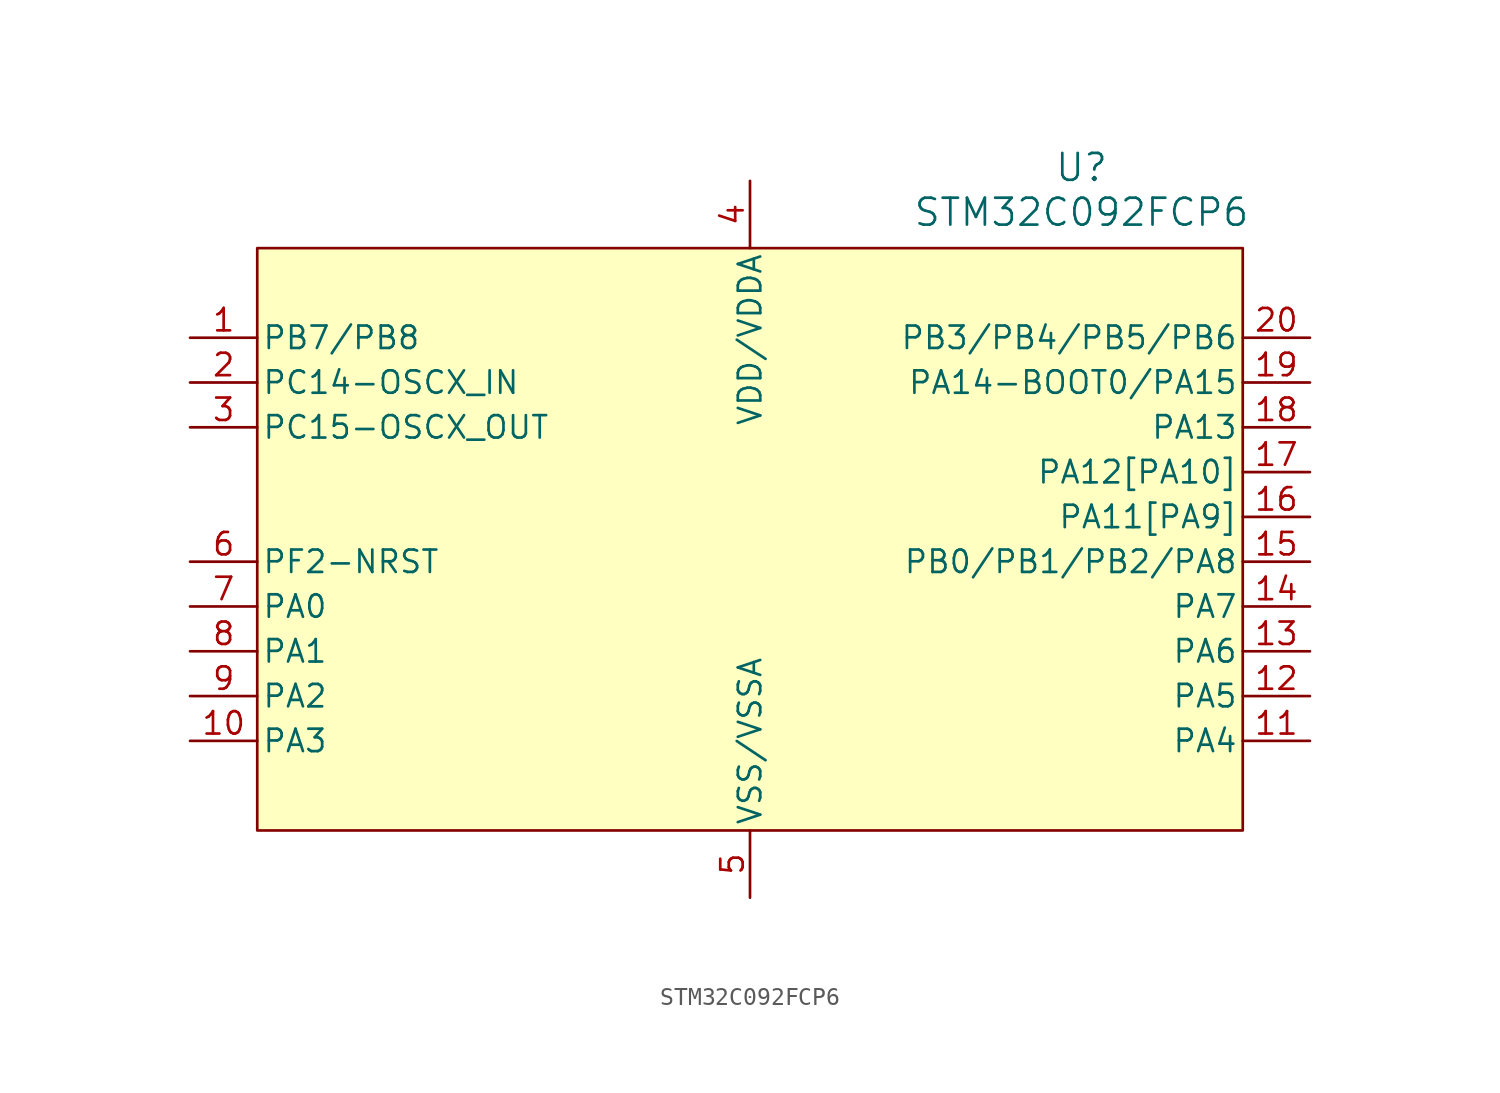
<source format=kicad_sym>
(kicad_symbol_lib
  (version 20241209)
  (generator "kicad_symbol_editor")
  (generator_version "9.0")
  (symbol "STM32C092FCP6"
    (pin_names
      (offset 0.254))
    (property "Reference" "U"
      (at 50.546 9.652 0)
      (effects (font (size 1.524 1.524))))
    (property "Value" "STM32C092FCP6"
      (at 50.546 7.112 0)
      (effects (font (size 1.524 1.524))))
    (property "ki_locked" ""
      (at 0 0 0)
      (effects (font (size 1.27 1.27))))
    (symbol "STM32C092FCP6_0_1"
      (pin bidirectional line (at 0 0 0) (length 3.81) (name "PB7/PB8" (effects (font (size 1.27 1.27)))) (number "1" (effects (font (size 1.27 1.27)))))
      (pin bidirectional line (at 0 -2.54 0) (length 3.81) (name "PC14-OSCX_IN" (effects (font (size 1.27 1.27)))) (number "2" (effects (font (size 1.27 1.27)))))
      (pin bidirectional line (at 0 -5.08 0) (length 3.81) (name "PC15-OSCX_OUT" (effects (font (size 1.27 1.27)))) (number "3" (effects (font (size 1.27 1.27)))))
      (pin bidirectional line (at 0 -12.7 0) (length 3.81) (name "PF2-NRST" (effects (font (size 1.27 1.27)))) (number "6" (effects (font (size 1.27 1.27)))))
      (pin bidirectional line (at 0 -15.24 0) (length 3.81) (name "PA0" (effects (font (size 1.27 1.27)))) (number "7" (effects (font (size 1.27 1.27)))))
      (pin bidirectional line (at 0 -17.78 0) (length 3.81) (name "PA1" (effects (font (size 1.27 1.27)))) (number "8" (effects (font (size 1.27 1.27)))))
      (pin bidirectional line (at 0 -20.32 0) (length 3.81) (name "PA2" (effects (font (size 1.27 1.27)))) (number "9" (effects (font (size 1.27 1.27)))))
      (pin bidirectional line (at 0 -22.86 0) (length 3.81) (name "PA3" (effects (font (size 1.27 1.27)))) (number "10" (effects (font (size 1.27 1.27)))))
      (pin power_in line (at 31.75 8.89 270) (length 3.81) (name "VDD/VDDA" (effects (font (size 1.27 1.27)))) (number "4" (effects (font (size 1.27 1.27)))))
      (pin power_out line (at 31.75 -31.75 90) (length 3.81) (name "VSS/VSSA" (effects (font (size 1.27 1.27)))) (number "5" (effects (font (size 1.27 1.27)))))
      (pin bidirectional line (at 63.5 0 180) (length 3.81) (name "PB3/PB4/PB5/PB6" (effects (font (size 1.27 1.27)))) (number "20" (effects (font (size 1.27 1.27)))))
      (pin bidirectional line (at 63.5 -2.54 180) (length 3.81) (name "PA14-BOOT0/PA15" (effects (font (size 1.27 1.27)))) (number "19" (effects (font (size 1.27 1.27)))))
      (pin bidirectional line (at 63.5 -5.08 180) (length 3.81) (name "PA13" (effects (font (size 1.27 1.27)))) (number "18" (effects (font (size 1.27 1.27)))))
      (pin bidirectional line (at 63.5 -7.62 180) (length 3.81) (name "PA12[PA10]" (effects (font (size 1.27 1.27)))) (number "17" (effects (font (size 1.27 1.27)))))
      (pin bidirectional line (at 63.5 -10.16 180) (length 3.81) (name "PA11[PA9]" (effects (font (size 1.27 1.27)))) (number "16" (effects (font (size 1.27 1.27)))))
      (pin bidirectional line (at 63.5 -12.7 180) (length 3.81) (name "PB0/PB1/PB2/PA8" (effects (font (size 1.27 1.27)))) (number "15" (effects (font (size 1.27 1.27)))))
      (pin bidirectional line (at 63.5 -15.24 180) (length 3.81) (name "PA7" (effects (font (size 1.27 1.27)))) (number "14" (effects (font (size 1.27 1.27)))))
      (pin bidirectional line (at 63.5 -17.78 180) (length 3.81) (name "PA6" (effects (font (size 1.27 1.27)))) (number "13" (effects (font (size 1.27 1.27)))))
      (pin bidirectional line (at 63.5 -20.32 180) (length 3.81) (name "PA5" (effects (font (size 1.27 1.27)))) (number "12" (effects (font (size 1.27 1.27)))))
      (pin bidirectional line (at 63.5 -22.86 180) (length 3.81) (name "PA4" (effects (font (size 1.27 1.27)))) (number "11" (effects (font (size 1.27 1.27))))))
    (symbol "STM32C092FCP6_1_1"
      (rectangle (start 3.81 5.08) (end 59.69 -27.94) (stroke (width 0) (type default)) (fill (type background))))))
</source>
